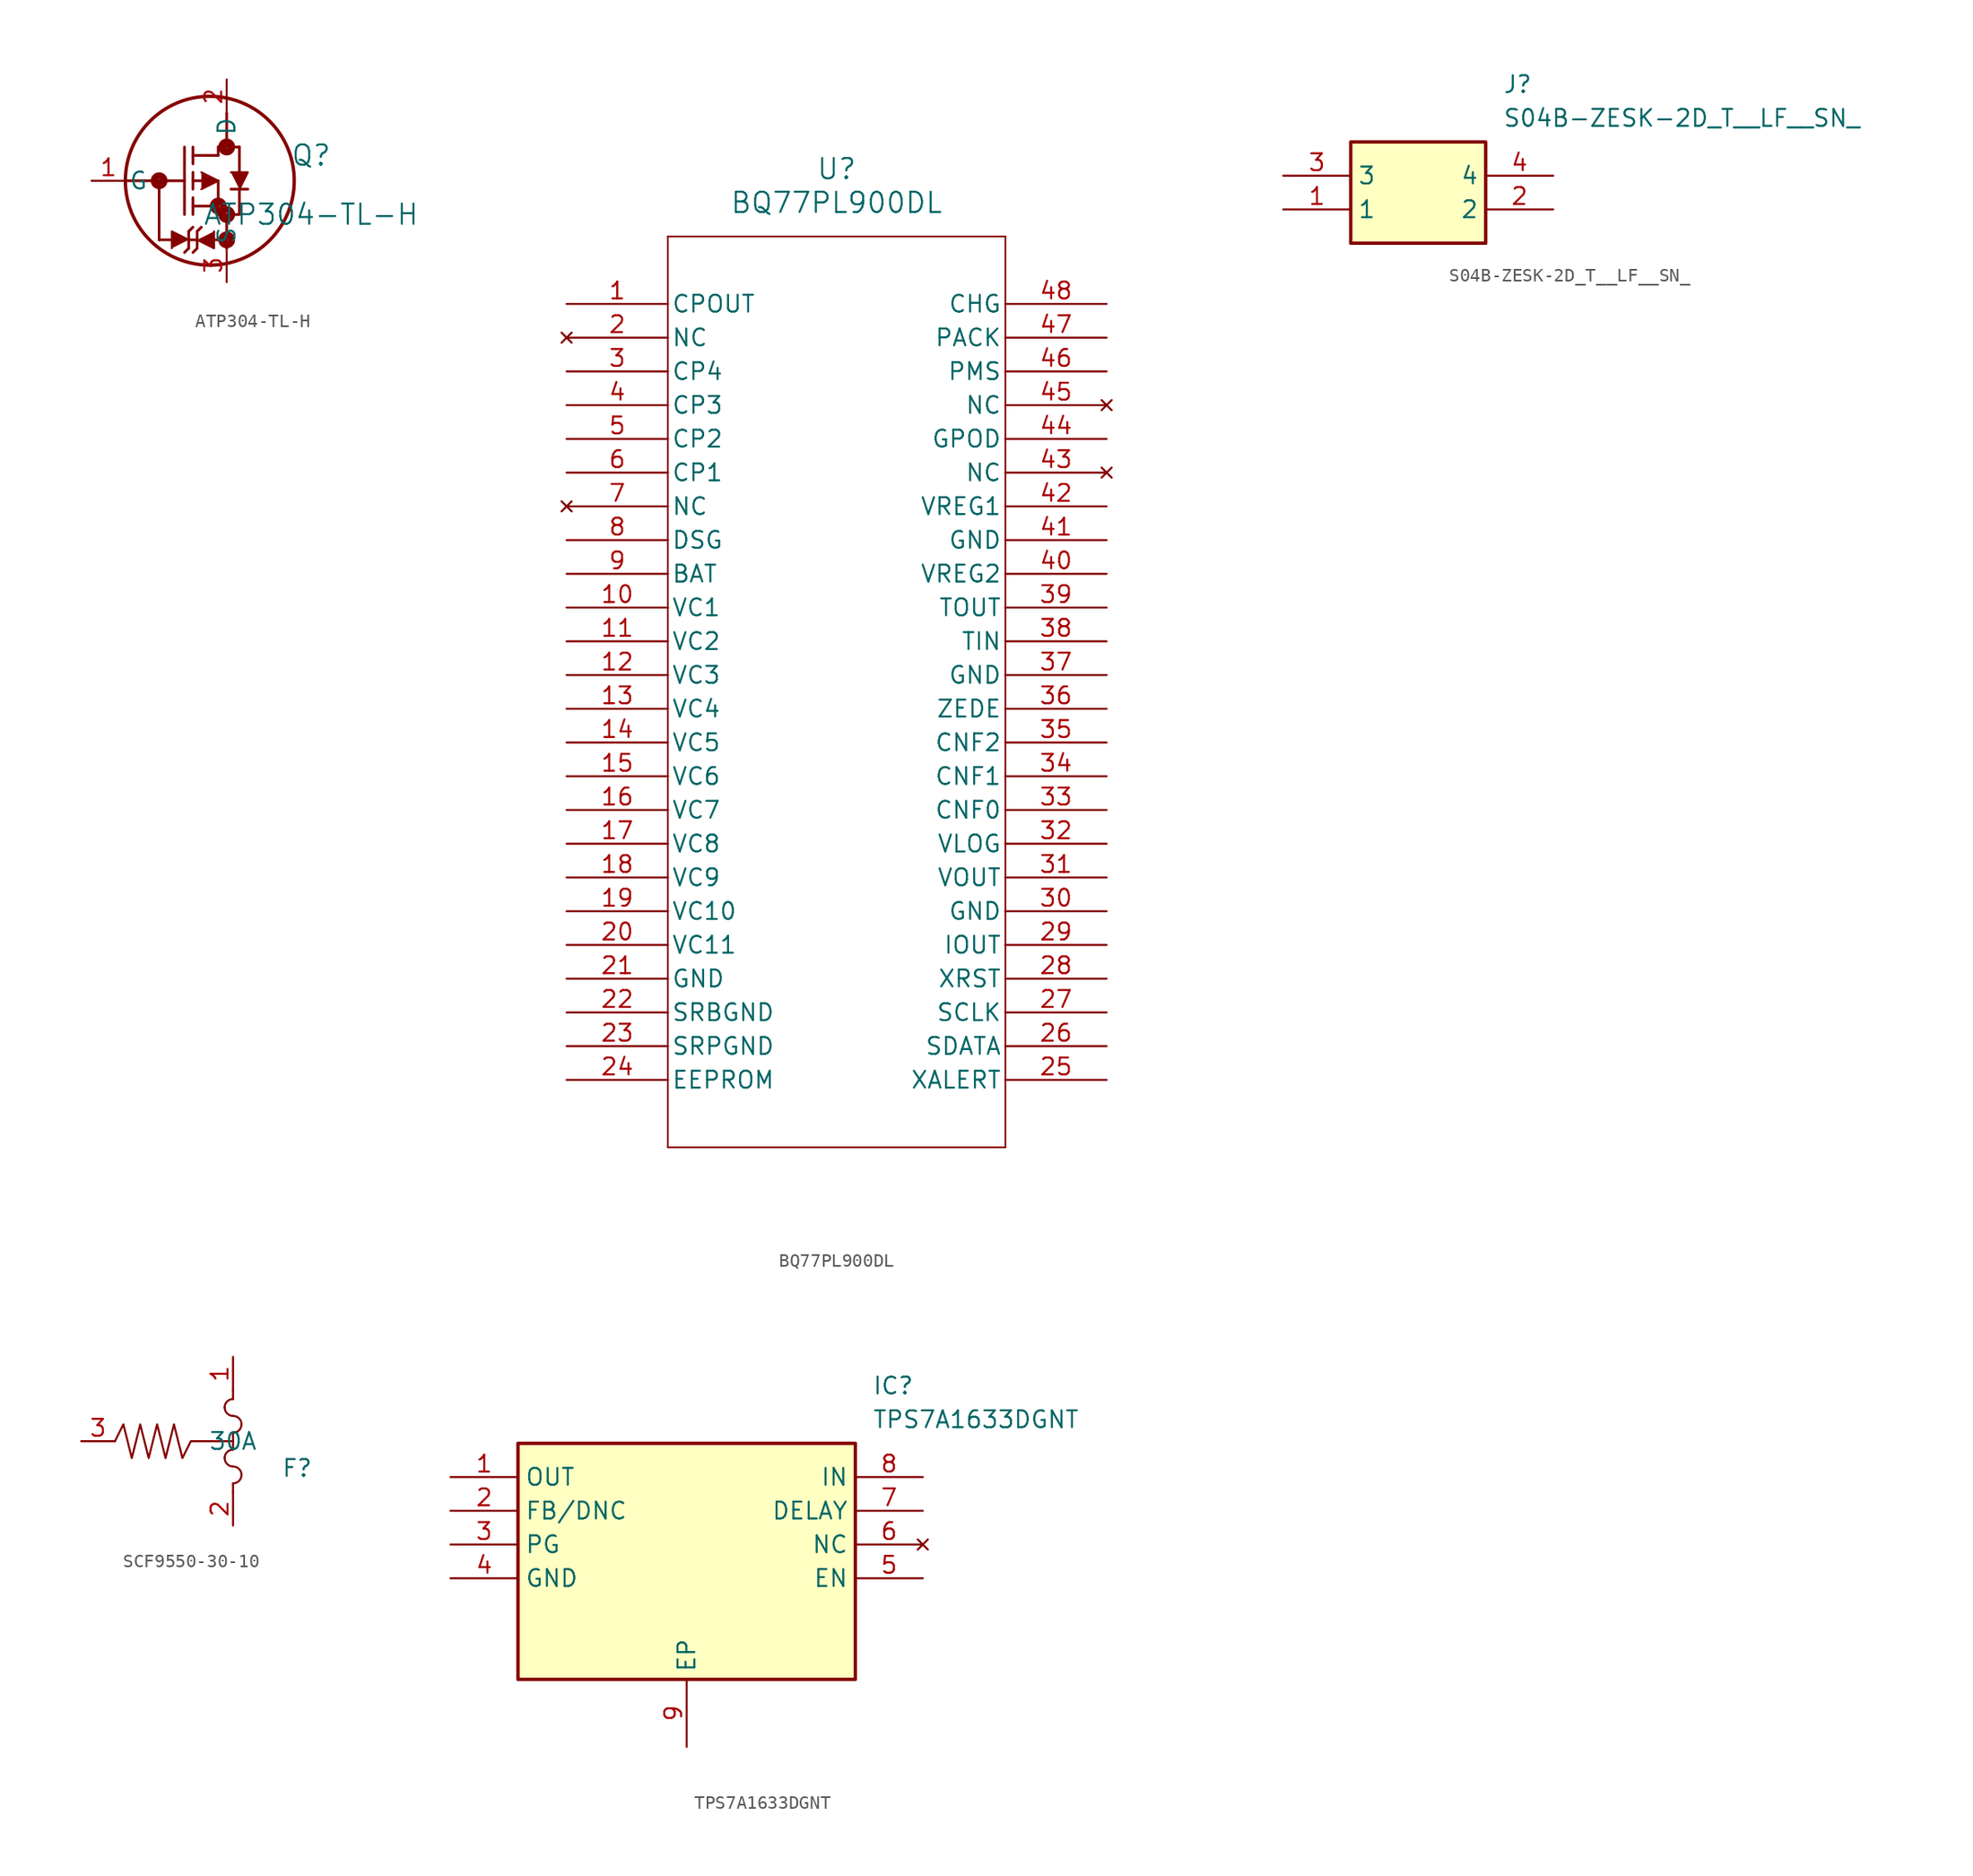
<source format=kicad_sym>
(kicad_symbol_lib
  (version 20241209)
  (generator "kicad_symbol_editor")
  (generator_version "9.0")
  (symbol "ATP304-TL-H"
    (pin_names
      (offset 0.254))
    (property "Reference" "Q"
      (at 16.51 1.905 0)
      (effects (font (size 1.524 1.524))))
    (property "Value" "ATP304-TL-H"
      (at 16.51 -2.54 0)
      (effects (font (size 1.524 1.524))))
    (symbol "ATP304-TL-H_0_1"
      (polyline (pts (xy 2.54 0) (xy 6.985 0)) (stroke (width 0.203) (type default)) (fill (type none)))
      (polyline (pts (xy 5.08 0) (xy 5.08 -4.445)) (stroke (width 0.203) (type default)) (fill (type none)))
      (circle (center 5.08 0) (radius 0.127) (stroke (width 0.508) (type default)) (fill (type none)))
      (polyline (pts (xy 5.08 -4.445) (xy 6.032 -4.445)) (stroke (width 0.203) (type default)) (fill (type none)))
      (polyline (pts (xy 6.032 -5.08) (xy 6.032 -3.81) (xy 7.303 -4.445)) (stroke (width 0) (type default)) (fill (type outline)))
      (polyline (pts (xy 6.985 -2.54) (xy 6.985 2.54)) (stroke (width 0.203) (type default)) (fill (type none)))
      (polyline (pts (xy 7.303 -3.81) (xy 7.62 -3.493)) (stroke (width 0.203) (type default)) (fill (type none)))
      (polyline (pts (xy 7.303 -4.445) (xy 7.938 -4.445)) (stroke (width 0.203) (type default)) (fill (type none)))
      (polyline (pts (xy 7.303 -5.08) (xy 6.985 -5.397)) (stroke (width 0.203) (type default)) (fill (type none)))
      (polyline (pts (xy 7.303 -5.08) (xy 7.303 -3.81)) (stroke (width 0.203) (type default)) (fill (type none)))
      (polyline (pts (xy 7.62 1.905) (xy 9.525 1.905)) (stroke (width 0.203) (type default)) (fill (type none)))
      (polyline (pts (xy 7.62 1.27) (xy 7.62 2.54)) (stroke (width 0.203) (type default)) (fill (type none)))
      (polyline (pts (xy 7.62 -0.635) (xy 7.62 0.635)) (stroke (width 0.203) (type default)) (fill (type none)))
      (polyline (pts (xy 7.62 -1.905) (xy 9.525 -1.905)) (stroke (width 0.203) (type default)) (fill (type none)))
      (polyline (pts (xy 7.62 -2.54) (xy 7.62 -1.27)) (stroke (width 0.203) (type default)) (fill (type none)))
      (polyline (pts (xy 7.938 -3.81) (xy 8.255 -3.493)) (stroke (width 0.203) (type default)) (fill (type none)))
      (polyline (pts (xy 7.938 -5.08) (xy 7.62 -5.397)) (stroke (width 0.203) (type default)) (fill (type none)))
      (polyline (pts (xy 7.938 -5.08) (xy 7.938 -3.81)) (stroke (width 0.203) (type default)) (fill (type none)))
      (polyline (pts (xy 8.255 0) (xy 7.62 0)) (stroke (width 0.203) (type default)) (fill (type none)))
      (polyline (pts (xy 8.255 -0.635) (xy 9.525 0) (xy 8.255 0.635)) (stroke (width 0) (type default)) (fill (type outline)))
      (circle (center 8.89 0) (radius 6.35) (stroke (width 0.254) (type default)) (fill (type none)))
      (polyline (pts (xy 9.207 -3.81) (xy 9.207 -5.08) (xy 7.938 -4.445)) (stroke (width 0) (type default)) (fill (type outline)))
      (polyline (pts (xy 9.207 -4.445) (xy 10.16 -4.445)) (stroke (width 0.203) (type default)) (fill (type none)))
      (polyline (pts (xy 9.525 2.54) (xy 11.113 2.54)) (stroke (width 0.203) (type default)) (fill (type none)))
      (polyline (pts (xy 9.525 1.905) (xy 9.525 2.54)) (stroke (width 0.203) (type default)) (fill (type none)))
      (circle (center 9.525 -1.905) (radius 0.127) (stroke (width 0.508) (type default)) (fill (type none)))
      (polyline (pts (xy 9.525 -2.54) (xy 9.525 0)) (stroke (width 0.203) (type default)) (fill (type none)))
      (polyline (pts (xy 9.525 -2.54) (xy 11.113 -2.54)) (stroke (width 0.203) (type default)) (fill (type none)))
      (polyline (pts (xy 10.16 2.54) (xy 10.16 5.08)) (stroke (width 0.203) (type default)) (fill (type none)))
      (circle (center 10.16 2.54) (radius 0.127) (stroke (width 0.508) (type default)) (fill (type none)))
      (circle (center 10.16 -2.54) (radius 0.127) (stroke (width 0.508) (type default)) (fill (type none)))
      (circle (center 10.16 -4.445) (radius 0.127) (stroke (width 0.508) (type default)) (fill (type none)))
      (polyline (pts (xy 10.16 -5.08) (xy 10.16 -2.54)) (stroke (width 0.203) (type default)) (fill (type none)))
      (polyline (pts (xy 10.477 0.635) (xy 11.748 0.635) (xy 11.113 -0.635)) (stroke (width 0) (type default)) (fill (type outline)))
      (polyline (pts (xy 10.477 -0.635) (xy 11.748 -0.635)) (stroke (width 0.203) (type default)) (fill (type none)))
      (polyline (pts (xy 11.113 0.635) (xy 11.113 2.54)) (stroke (width 0.203) (type default)) (fill (type none)))
      (polyline (pts (xy 11.113 -2.54) (xy 11.113 -0.635)) (stroke (width 0.203) (type default)) (fill (type none)))
      (pin unspecified line (at 0 0 0) (length 2.54) (name "G" (effects (font (size 1.27 1.27)))) (number "1" (effects (font (size 1.27 1.27)))))
      (pin unspecified line (at 10.16 7.62 270) (length 2.54) (name "D" (effects (font (size 1.27 1.27)))) (number "2" (effects (font (size 1.27 1.27)))))
      (pin unspecified line (at 10.16 -7.62 90) (length 2.54) (name "S" (effects (font (size 1.27 1.27)))) (number "3" (effects (font (size 1.27 1.27)))))))
  (symbol "BQ77PL900DL"
    (pin_names
      (offset 0.254))
    (property "Reference" "U"
      (at 0 8.89 0)
      (effects (font (size 1.524 1.524))))
    (property "Value" "BQ77PL900DL"
      (at 0 6.35 0)
      (effects (font (size 1.524 1.524))))
    (symbol "BQ77PL900DL_0_1"
      (polyline (pts (xy -12.7 3.81) (xy -12.7 -64.77)) (stroke (width 0.127) (type default)) (fill (type none)))
      (polyline (pts (xy -12.7 -64.77) (xy 12.7 -64.77)) (stroke (width 0.127) (type default)) (fill (type none)))
      (polyline (pts (xy 12.7 3.81) (xy -12.7 3.81)) (stroke (width 0.127) (type default)) (fill (type none)))
      (polyline (pts (xy 12.7 -64.77) (xy 12.7 3.81)) (stroke (width 0.127) (type default)) (fill (type none)))
      (pin output line (at -20.32 -1.27 0) (length 7.62) (name "CPOUT" (effects (font (size 1.27 1.27)))) (number "1" (effects (font (size 1.27 1.27)))))
      (pin no_connect line (at -20.32 -3.81 0) (length 7.62) (name "NC" (effects (font (size 1.27 1.27)))) (number "2" (effects (font (size 1.27 1.27)))))
      (pin unspecified line (at -20.32 -6.35 0) (length 7.62) (name "CP4" (effects (font (size 1.27 1.27)))) (number "3" (effects (font (size 1.27 1.27)))))
      (pin unspecified line (at -20.32 -8.89 0) (length 7.62) (name "CP3" (effects (font (size 1.27 1.27)))) (number "4" (effects (font (size 1.27 1.27)))))
      (pin unspecified line (at -20.32 -11.43 0) (length 7.62) (name "CP2" (effects (font (size 1.27 1.27)))) (number "5" (effects (font (size 1.27 1.27)))))
      (pin unspecified line (at -20.32 -13.97 0) (length 7.62) (name "CP1" (effects (font (size 1.27 1.27)))) (number "6" (effects (font (size 1.27 1.27)))))
      (pin no_connect line (at -20.32 -16.51 0) (length 7.62) (name "NC" (effects (font (size 1.27 1.27)))) (number "7" (effects (font (size 1.27 1.27)))))
      (pin unspecified line (at -20.32 -19.05 0) (length 7.62) (name "DSG" (effects (font (size 1.27 1.27)))) (number "8" (effects (font (size 1.27 1.27)))))
      (pin power_in line (at -20.32 -21.59 0) (length 7.62) (name "BAT" (effects (font (size 1.27 1.27)))) (number "9" (effects (font (size 1.27 1.27)))))
      (pin input line (at -20.32 -24.13 0) (length 7.62) (name "VC1" (effects (font (size 1.27 1.27)))) (number "10" (effects (font (size 1.27 1.27)))))
      (pin input line (at -20.32 -26.67 0) (length 7.62) (name "VC2" (effects (font (size 1.27 1.27)))) (number "11" (effects (font (size 1.27 1.27)))))
      (pin input line (at -20.32 -29.21 0) (length 7.62) (name "VC3" (effects (font (size 1.27 1.27)))) (number "12" (effects (font (size 1.27 1.27)))))
      (pin input line (at -20.32 -31.75 0) (length 7.62) (name "VC4" (effects (font (size 1.27 1.27)))) (number "13" (effects (font (size 1.27 1.27)))))
      (pin input line (at -20.32 -34.29 0) (length 7.62) (name "VC5" (effects (font (size 1.27 1.27)))) (number "14" (effects (font (size 1.27 1.27)))))
      (pin input line (at -20.32 -36.83 0) (length 7.62) (name "VC6" (effects (font (size 1.27 1.27)))) (number "15" (effects (font (size 1.27 1.27)))))
      (pin input line (at -20.32 -39.37 0) (length 7.62) (name "VC7" (effects (font (size 1.27 1.27)))) (number "16" (effects (font (size 1.27 1.27)))))
      (pin input line (at -20.32 -41.91 0) (length 7.62) (name "VC8" (effects (font (size 1.27 1.27)))) (number "17" (effects (font (size 1.27 1.27)))))
      (pin input line (at -20.32 -44.45 0) (length 7.62) (name "VC9" (effects (font (size 1.27 1.27)))) (number "18" (effects (font (size 1.27 1.27)))))
      (pin input line (at -20.32 -46.99 0) (length 7.62) (name "VC10" (effects (font (size 1.27 1.27)))) (number "19" (effects (font (size 1.27 1.27)))))
      (pin input line (at -20.32 -49.53 0) (length 7.62) (name "VC11" (effects (font (size 1.27 1.27)))) (number "20" (effects (font (size 1.27 1.27)))))
      (pin power_in line (at -20.32 -52.07 0) (length 7.62) (name "GND" (effects (font (size 1.27 1.27)))) (number "21" (effects (font (size 1.27 1.27)))))
      (pin power_in line (at -20.32 -54.61 0) (length 7.62) (name "SRBGND" (effects (font (size 1.27 1.27)))) (number "22" (effects (font (size 1.27 1.27)))))
      (pin power_in line (at -20.32 -57.15 0) (length 7.62) (name "SRPGND" (effects (font (size 1.27 1.27)))) (number "23" (effects (font (size 1.27 1.27)))))
      (pin unspecified line (at -20.32 -59.69 0) (length 7.62) (name "EEPROM" (effects (font (size 1.27 1.27)))) (number "24" (effects (font (size 1.27 1.27)))))
      (pin unspecified line (at 20.32 -1.27 180) (length 7.62) (name "CHG" (effects (font (size 1.27 1.27)))) (number "48" (effects (font (size 1.27 1.27)))))
      (pin power_in line (at 20.32 -3.81 180) (length 7.62) (name "PACK" (effects (font (size 1.27 1.27)))) (number "47" (effects (font (size 1.27 1.27)))))
      (pin unspecified line (at 20.32 -6.35 180) (length 7.62) (name "PMS" (effects (font (size 1.27 1.27)))) (number "46" (effects (font (size 1.27 1.27)))))
      (pin no_connect line (at 20.32 -8.89 180) (length 7.62) (name "NC" (effects (font (size 1.27 1.27)))) (number "45" (effects (font (size 1.27 1.27)))))
      (pin output line (at 20.32 -11.43 180) (length 7.62) (name "GPOD" (effects (font (size 1.27 1.27)))) (number "44" (effects (font (size 1.27 1.27)))))
      (pin no_connect line (at 20.32 -13.97 180) (length 7.62) (name "NC" (effects (font (size 1.27 1.27)))) (number "43" (effects (font (size 1.27 1.27)))))
      (pin output line (at 20.32 -16.51 180) (length 7.62) (name "VREG1" (effects (font (size 1.27 1.27)))) (number "42" (effects (font (size 1.27 1.27)))))
      (pin power_in line (at 20.32 -19.05 180) (length 7.62) (name "GND" (effects (font (size 1.27 1.27)))) (number "41" (effects (font (size 1.27 1.27)))))
      (pin output line (at 20.32 -21.59 180) (length 7.62) (name "VREG2" (effects (font (size 1.27 1.27)))) (number "40" (effects (font (size 1.27 1.27)))))
      (pin output line (at 20.32 -24.13 180) (length 7.62) (name "TOUT" (effects (font (size 1.27 1.27)))) (number "39" (effects (font (size 1.27 1.27)))))
      (pin input line (at 20.32 -26.67 180) (length 7.62) (name "TIN" (effects (font (size 1.27 1.27)))) (number "38" (effects (font (size 1.27 1.27)))))
      (pin power_in line (at 20.32 -29.21 180) (length 7.62) (name "GND" (effects (font (size 1.27 1.27)))) (number "37" (effects (font (size 1.27 1.27)))))
      (pin unspecified line (at 20.32 -31.75 180) (length 7.62) (name "ZEDE" (effects (font (size 1.27 1.27)))) (number "36" (effects (font (size 1.27 1.27)))))
      (pin unspecified line (at 20.32 -34.29 180) (length 7.62) (name "CNF2" (effects (font (size 1.27 1.27)))) (number "35" (effects (font (size 1.27 1.27)))))
      (pin unspecified line (at 20.32 -36.83 180) (length 7.62) (name "CNF1" (effects (font (size 1.27 1.27)))) (number "34" (effects (font (size 1.27 1.27)))))
      (pin unspecified line (at 20.32 -39.37 180) (length 7.62) (name "CNF0" (effects (font (size 1.27 1.27)))) (number "33" (effects (font (size 1.27 1.27)))))
      (pin bidirectional line (at 20.32 -41.91 180) (length 7.62) (name "VLOG" (effects (font (size 1.27 1.27)))) (number "32" (effects (font (size 1.27 1.27)))))
      (pin output line (at 20.32 -44.45 180) (length 7.62) (name "VOUT" (effects (font (size 1.27 1.27)))) (number "31" (effects (font (size 1.27 1.27)))))
      (pin power_in line (at 20.32 -46.99 180) (length 7.62) (name "GND" (effects (font (size 1.27 1.27)))) (number "30" (effects (font (size 1.27 1.27)))))
      (pin output line (at 20.32 -49.53 180) (length 7.62) (name "IOUT" (effects (font (size 1.27 1.27)))) (number "29" (effects (font (size 1.27 1.27)))))
      (pin output line (at 20.32 -52.07 180) (length 7.62) (name "XRST" (effects (font (size 1.27 1.27)))) (number "28" (effects (font (size 1.27 1.27)))))
      (pin unspecified line (at 20.32 -54.61 180) (length 7.62) (name "SCLK" (effects (font (size 1.27 1.27)))) (number "27" (effects (font (size 1.27 1.27)))))
      (pin unspecified line (at 20.32 -57.15 180) (length 7.62) (name "SDATA" (effects (font (size 1.27 1.27)))) (number "26" (effects (font (size 1.27 1.27)))))
      (pin output line (at 20.32 -59.69 180) (length 7.62) (name "XALERT" (effects (font (size 1.27 1.27)))) (number "25" (effects (font (size 1.27 1.27)))))))
  (symbol "S04B-ZESK-2D_T__LF__SN_"
    (property "Reference" "J"
      (at 16.51 7.62 0)
      (effects (font (size 1.27 1.27)) (justify left top)))
    (property "Value" "S04B-ZESK-2D_T__LF__SN_"
      (at 16.51 5.08 0)
      (effects (font (size 1.27 1.27)) (justify left top)))
    (symbol "S04B-ZESK-2D_T__LF__SN__1_1"
      (rectangle (start 5.08 2.54) (end 15.24 -5.08) (stroke (width 0.254) (type default)) (fill (type background)))
      (pin passive line (at 0 0 0) (length 5.08) (name "3" (effects (font (size 1.27 1.27)))) (number "3" (effects (font (size 1.27 1.27)))))
      (pin passive line (at 0 -2.54 0) (length 5.08) (name "1" (effects (font (size 1.27 1.27)))) (number "1" (effects (font (size 1.27 1.27)))))
      (pin passive line (at 20.32 0 180) (length 5.08) (name "4" (effects (font (size 1.27 1.27)))) (number "4" (effects (font (size 1.27 1.27)))))
      (pin passive line (at 20.32 -2.54 180) (length 5.08) (name "2" (effects (font (size 1.27 1.27)))) (number "2" (effects (font (size 1.27 1.27)))))))
  (symbol "SCF9550-30-10"
    (property "Reference" "F"
      (at 4.826 -2.032 0)
      (effects (font (size 1.27 1.27))))
    (property "Value" "30A"
      (at 0 0 0)
      (effects (font (size 1.27 1.27))))
    (symbol "SCF9550-30-10_0_1"
      (polyline (pts (xy -8.89 0) (xy -8.255 1.27) (xy -7.62 -1.27) (xy -6.985 1.27) (xy -6.35 -1.27) (xy -5.715 1.27) (xy -5.08 -1.27) (xy -4.445 1.27) (xy -3.81 -1.27) (xy -3.175 0) (xy 0 0)) (stroke (width 0) (type default)) (fill (type none)))
      (polyline (pts (xy 0 3.175) (xy 0 3.81)) (stroke (width 0) (type default)) (fill (type none)))
      (arc (start -0.635 2.54) (mid -0.449 2.989) (end 0 3.175) (stroke (width 0) (type default)) (fill (type none)))
      (arc (start 0 1.905) (mid -0.449 2.091) (end -0.635 2.54) (stroke (width 0) (type default)) (fill (type none)))
      (arc (start 0 1.905) (mid 0.449 1.719) (end 0.635 1.27) (stroke (width 0) (type default)) (fill (type none)))
      (arc (start 0.635 1.27) (mid 0.449 0.821) (end 0 0.635) (stroke (width 0) (type default)) (fill (type none)))
      (polyline (pts (xy 0 0.635) (xy 0 0)) (stroke (width 0) (type default)) (fill (type none)))
      (polyline (pts (xy 0 0) (xy 0 -0.635)) (stroke (width 0) (type default)) (fill (type none)))
      (arc (start -0.635 -1.27) (mid -0.449 -0.821) (end 0 -0.635) (stroke (width 0) (type default)) (fill (type none)))
      (arc (start 0 -1.905) (mid -0.449 -1.719) (end -0.635 -1.27) (stroke (width 0) (type default)) (fill (type none)))
      (arc (start 0 -1.905) (mid 0.449 -2.091) (end 0.635 -2.54) (stroke (width 0) (type default)) (fill (type none)))
      (arc (start 0.635 -2.54) (mid 0.449 -2.989) (end 0 -3.175) (stroke (width 0) (type default)) (fill (type none)))
      (polyline (pts (xy 0 -3.175) (xy 0 -3.81)) (stroke (width 0) (type default)) (fill (type none))))
    (symbol "SCF9550-30-10_1_1"
      (pin bidirectional line (at -11.43 0 0) (length 2.54) (name "" (effects (font (size 1.27 1.27)))) (number "3" (effects (font (size 1.27 1.27)))))
      (pin bidirectional line (at 0 6.35 270) (length 2.54) (name "" (effects (font (size 1.27 1.27)))) (number "1" (effects (font (size 1.27 1.27)))))
      (pin bidirectional line (at 0 -6.35 90) (length 2.54) (name "" (effects (font (size 1.27 1.27)))) (number "2" (effects (font (size 1.27 1.27)))))))
  (symbol "TPS7A1633DGNT"
    (property "Reference" "IC"
      (at 31.75 7.62 0)
      (effects (font (size 1.27 1.27)) (justify left top)))
    (property "Value" "TPS7A1633DGNT"
      (at 31.75 5.08 0)
      (effects (font (size 1.27 1.27)) (justify left top)))
    (symbol "TPS7A1633DGNT_1_1"
      (rectangle (start 5.08 2.54) (end 30.48 -15.24) (stroke (width 0.254) (type default)) (fill (type background)))
      (pin passive line (at 0 0 0) (length 5.08) (name "OUT" (effects (font (size 1.27 1.27)))) (number "1" (effects (font (size 1.27 1.27)))))
      (pin passive line (at 0 -2.54 0) (length 5.08) (name "FB/DNC" (effects (font (size 1.27 1.27)))) (number "2" (effects (font (size 1.27 1.27)))))
      (pin passive line (at 0 -5.08 0) (length 5.08) (name "PG" (effects (font (size 1.27 1.27)))) (number "3" (effects (font (size 1.27 1.27)))))
      (pin passive line (at 0 -7.62 0) (length 5.08) (name "GND" (effects (font (size 1.27 1.27)))) (number "4" (effects (font (size 1.27 1.27)))))
      (pin passive line (at 17.78 -20.32 90) (length 5.08) (name "EP" (effects (font (size 1.27 1.27)))) (number "9" (effects (font (size 1.27 1.27)))))
      (pin passive line (at 35.56 0 180) (length 5.08) (name "IN" (effects (font (size 1.27 1.27)))) (number "8" (effects (font (size 1.27 1.27)))))
      (pin passive line (at 35.56 -2.54 180) (length 5.08) (name "DELAY" (effects (font (size 1.27 1.27)))) (number "7" (effects (font (size 1.27 1.27)))))
      (pin no_connect line (at 35.56 -5.08 180) (length 5.08) (name "NC" (effects (font (size 1.27 1.27)))) (number "6" (effects (font (size 1.27 1.27)))))
      (pin passive line (at 35.56 -7.62 180) (length 5.08) (name "EN" (effects (font (size 1.27 1.27)))) (number "5" (effects (font (size 1.27 1.27))))))))
</source>
